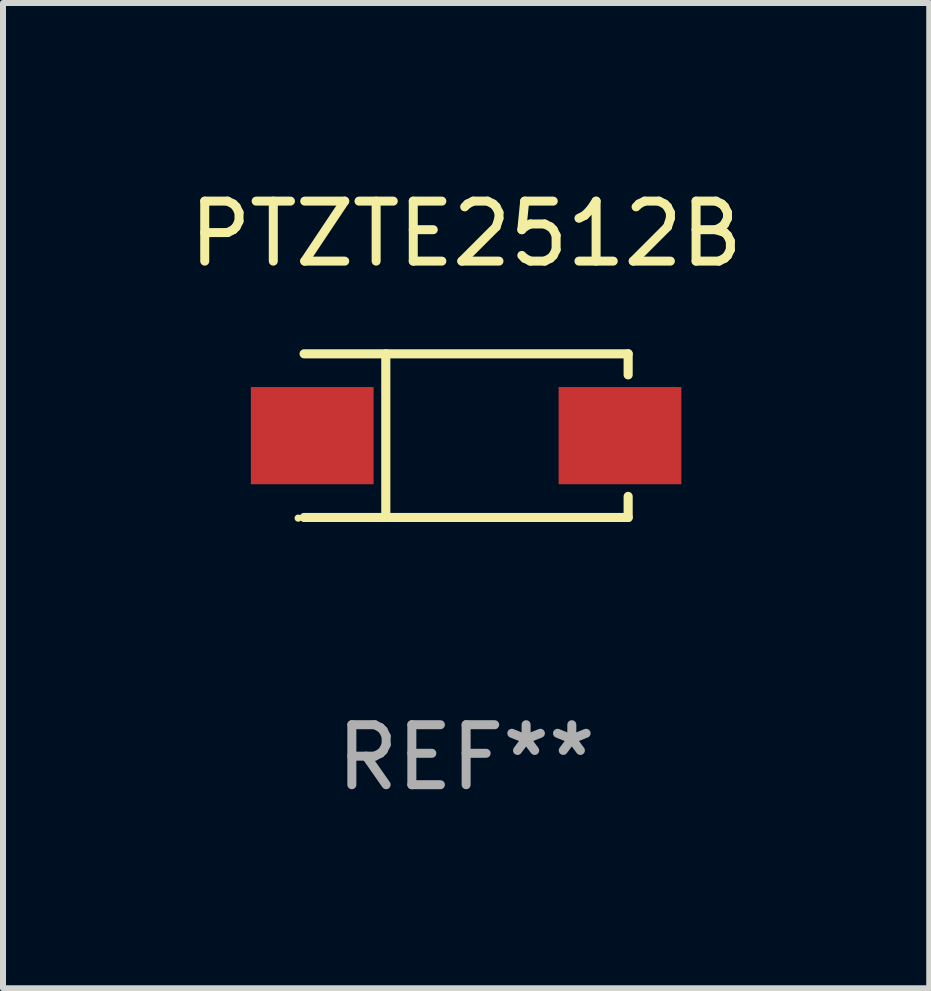
<source format=kicad_pcb>
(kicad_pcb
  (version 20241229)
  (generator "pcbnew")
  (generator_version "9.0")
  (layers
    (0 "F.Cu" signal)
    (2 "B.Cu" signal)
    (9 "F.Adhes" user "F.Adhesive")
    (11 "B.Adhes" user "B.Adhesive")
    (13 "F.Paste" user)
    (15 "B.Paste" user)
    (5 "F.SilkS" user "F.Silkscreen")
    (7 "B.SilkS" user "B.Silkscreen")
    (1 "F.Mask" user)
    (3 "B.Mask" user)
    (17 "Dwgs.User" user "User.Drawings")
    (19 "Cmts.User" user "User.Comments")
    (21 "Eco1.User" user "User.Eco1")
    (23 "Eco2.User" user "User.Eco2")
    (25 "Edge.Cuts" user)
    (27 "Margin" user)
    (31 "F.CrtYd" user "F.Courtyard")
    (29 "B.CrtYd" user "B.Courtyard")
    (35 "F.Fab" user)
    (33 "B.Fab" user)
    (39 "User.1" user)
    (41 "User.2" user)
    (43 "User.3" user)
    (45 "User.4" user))
  (footprint "PTZTE2512B"
    (layer "F.Cu")
    (at 4.72 4.212)
    (property "Reference" "PTZTE2512B" (at 0 -3.364 0) (layer "F.SilkS") (effects (font (size 1 1) (thickness 0.15))))
    (attr through_hole)
    (fp_line (start -2.701 -1.364) (end 2.701 -1.364) (stroke (width 0.152) (type solid)) (layer "F.SilkS"))
    (fp_line (start -2.701 1.364) (end 2.701 1.364) (stroke (width 0.152) (type solid)) (layer "F.SilkS"))
    (fp_line (start -1.339 -1.364) (end -1.339 1.364) (stroke (width 0.152) (type solid)) (layer "F.SilkS"))
    (fp_line (start 2.701 -1.364) (end 2.701 -1.013) (stroke (width 0.152) (type solid)) (layer "F.SilkS"))
    (fp_line (start 2.701 1.364) (end 2.701 1.013) (stroke (width 0.152) (type solid)) (layer "F.SilkS"))
    (fp_circle (center -2.8 1.375) (end -2.77 1.375) (stroke (width 0.06) (type solid)) (fill no) (layer "F.SilkS"))
    (fp_text user "REF**" (at 0 5.364 0) (layer "F.Fab") (effects (font (size 1 1) (thickness 0.15))))
    (pad "1" smd rect (at -2.565 -0.000025) (size 2.046 1.62) (layers "F.Cu" "F.Mask" "F.Paste"))
    (pad "2" smd rect (at 2.565 -0.000025) (size 2.046 1.62) (layers "F.Cu" "F.Mask" "F.Paste")))
  (gr_rect
    (start -3 -3)
    (end 12.44 13.424)
    (stroke (width 0.1) (type default))
    (fill no)
    (layer "Edge.Cuts")))
</source>
